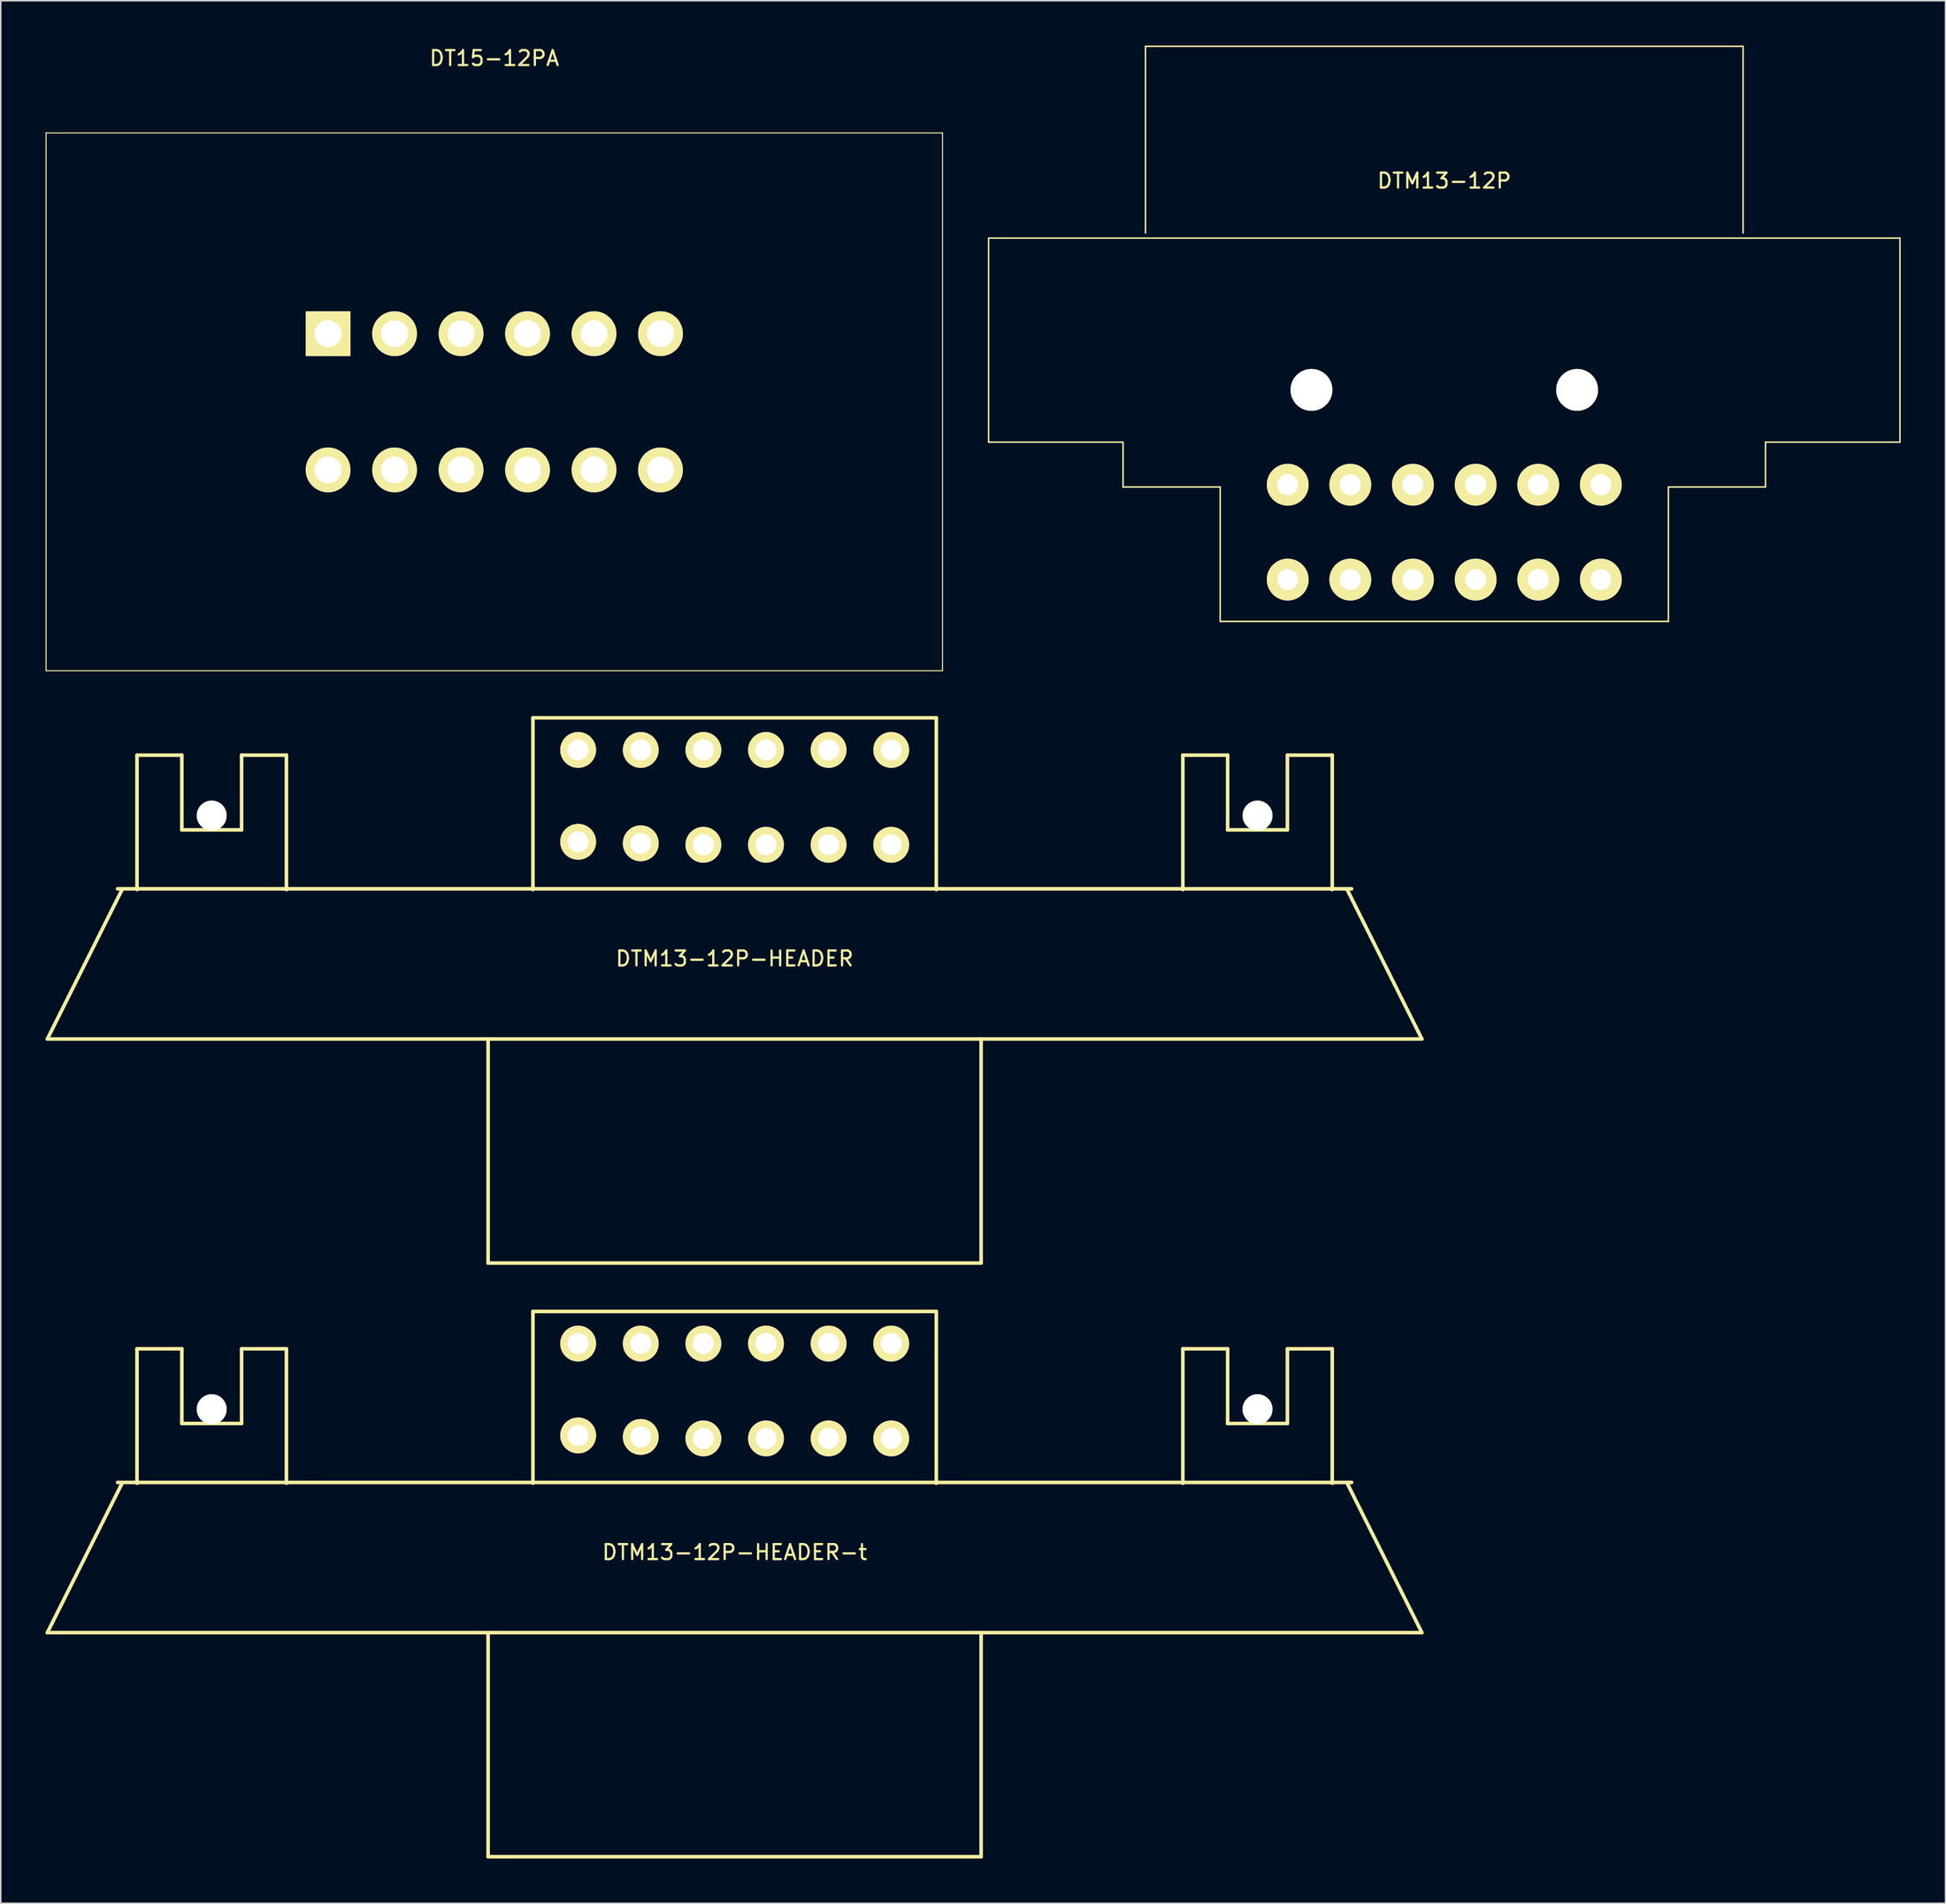
<source format=kicad_pcb>
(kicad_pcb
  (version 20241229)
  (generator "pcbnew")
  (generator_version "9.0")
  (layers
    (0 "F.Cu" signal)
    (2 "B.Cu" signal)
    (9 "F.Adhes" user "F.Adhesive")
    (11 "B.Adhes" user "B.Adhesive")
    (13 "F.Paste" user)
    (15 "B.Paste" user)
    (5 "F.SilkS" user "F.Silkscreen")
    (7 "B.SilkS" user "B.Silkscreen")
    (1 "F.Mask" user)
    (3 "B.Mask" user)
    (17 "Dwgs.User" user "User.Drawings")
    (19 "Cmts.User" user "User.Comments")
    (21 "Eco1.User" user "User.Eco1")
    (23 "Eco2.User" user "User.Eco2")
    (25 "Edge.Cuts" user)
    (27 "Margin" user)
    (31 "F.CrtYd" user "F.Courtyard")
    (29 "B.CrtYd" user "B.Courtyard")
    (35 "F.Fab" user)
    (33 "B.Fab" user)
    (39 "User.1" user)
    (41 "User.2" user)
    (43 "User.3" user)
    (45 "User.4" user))
  (footprint "DT15-12PA"
    (layer "F.Cu")
    (at 30.035 23.848)
    (property "Reference" "DT15-12PA" (at 0 -23 0) (layer "F.SilkS") (effects (font (size 1 1) (thickness 0.15))))
    (attr through_hole)
    (fp_line (start -30 -18) (end 30 -18) (stroke (width 0.07) (type solid)) (layer "F.SilkS"))
    (fp_line (start -30 18) (end -30 -18) (stroke (width 0.07) (type solid)) (layer "F.SilkS"))
    (fp_line (start 30 -18) (end 30 18) (stroke (width 0.07) (type solid)) (layer "F.SilkS"))
    (fp_line (start 30 18) (end -30 18) (stroke (width 0.07) (type solid)) (layer "F.SilkS"))
    (pad "1" thru_hole rect (at -11.125 -4.56) (size 3 3) (drill 1.8) (layers "*.Cu" "*.Mask" "F.SilkS"))
    (pad "2" thru_hole circle (at -6.675 -4.56) (size 3 3) (drill 1.8) (layers "*.Cu" "*.Mask" "F.SilkS"))
    (pad "3" thru_hole circle (at -2.225 -4.56) (size 3 3) (drill 1.8) (layers "*.Cu" "*.Mask" "F.SilkS"))
    (pad "4" thru_hole circle (at 2.225 -4.56) (size 3 3) (drill 1.8) (layers "*.Cu" "*.Mask" "F.SilkS"))
    (pad "5" thru_hole circle (at 6.675 -4.56) (size 3 3) (drill 1.8) (layers "*.Cu" "*.Mask" "F.SilkS"))
    (pad "6" thru_hole circle (at 11.125 -4.56) (size 3 3) (drill 1.8) (layers "*.Cu" "*.Mask" "F.SilkS"))
    (pad "7" thru_hole circle (at 11.125 4.56) (size 3 3) (drill 1.8) (layers "*.Cu" "*.Mask" "F.SilkS"))
    (pad "8" thru_hole circle (at 6.675 4.56) (size 3 3) (drill 1.8) (layers "*.Cu" "*.Mask" "F.SilkS"))
    (pad "9" thru_hole circle (at 2.225 4.56) (size 3 3) (drill 1.8) (layers "*.Cu" "*.Mask" "F.SilkS"))
    (pad "10" thru_hole circle (at -2.225 4.56) (size 3 3) (drill 1.8) (layers "*.Cu" "*.Mask" "F.SilkS"))
    (pad "11" thru_hole circle (at -6.675 4.56) (size 3 3) (drill 1.8) (layers "*.Cu" "*.Mask" "F.SilkS"))
    (pad "12" thru_hole circle (at -11.125 4.56) (size 3 3) (drill 1.8) (layers "*.Cu" "*.Mask" "F.SilkS")))
  (footprint "DTM13-12P-HEADER-t"
    (layer "F.Cu")
    (at 46.12 93.243)
    (property "Reference" "DTM13-12P-HEADER-t" (at 0 7.62 0) (layer "F.SilkS") (effects (font (size 1 1) (thickness 0.15))))
    (attr through_hole)
    (fp_line (start -46 13) (end 46 13) (stroke (width 0.24) (type solid)) (layer "F.SilkS"))
    (fp_line (start -41.3 2.946) (end 41.3 2.946) (stroke (width 0.24) (type solid)) (layer "F.SilkS"))
    (fp_line (start -41 3) (end -46 13) (stroke (width 0.24) (type solid)) (layer "F.SilkS"))
    (fp_line (start -40 -6) (end -37 -6) (stroke (width 0.24) (type solid)) (layer "F.SilkS"))
    (fp_line (start -40 3) (end -40 -6) (stroke (width 0.24) (type solid)) (layer "F.SilkS"))
    (fp_line (start -37 -6) (end -37 -1) (stroke (width 0.24) (type solid)) (layer "F.SilkS"))
    (fp_line (start -37 -1) (end -33 -1) (stroke (width 0.24) (type solid)) (layer "F.SilkS"))
    (fp_line (start -33 -6) (end -30 -6) (stroke (width 0.24) (type solid)) (layer "F.SilkS"))
    (fp_line (start -33 -1) (end -33 -6) (stroke (width 0.24) (type solid)) (layer "F.SilkS"))
    (fp_line (start -30 -6) (end -30 3) (stroke (width 0.24) (type solid)) (layer "F.SilkS"))
    (fp_line (start -16.5 13) (end -16.5 28) (stroke (width 0.24) (type solid)) (layer "F.SilkS"))
    (fp_line (start -16.5 28) (end 16.5 28) (stroke (width 0.24) (type solid)) (layer "F.SilkS"))
    (fp_line (start -13.5 -8.5) (end 13.5 -8.5) (stroke (width 0.24) (type solid)) (layer "F.SilkS"))
    (fp_line (start -13.5 3) (end -13.5 -8.5) (stroke (width 0.24) (type solid)) (layer "F.SilkS"))
    (fp_line (start 13.5 -8.5) (end 13.5 3) (stroke (width 0.24) (type solid)) (layer "F.SilkS"))
    (fp_line (start 16.5 28) (end 16.5 13) (stroke (width 0.24) (type solid)) (layer "F.SilkS"))
    (fp_line (start 30 -6) (end 33 -6) (stroke (width 0.24) (type solid)) (layer "F.SilkS"))
    (fp_line (start 30 3) (end 30 -6) (stroke (width 0.24) (type solid)) (layer "F.SilkS"))
    (fp_line (start 33 -6) (end 33 -1) (stroke (width 0.24) (type solid)) (layer "F.SilkS"))
    (fp_line (start 33 -1) (end 37 -1) (stroke (width 0.24) (type solid)) (layer "F.SilkS"))
    (fp_line (start 37 -6) (end 40 -6) (stroke (width 0.24) (type solid)) (layer "F.SilkS"))
    (fp_line (start 37 -1) (end 37 -6) (stroke (width 0.24) (type solid)) (layer "F.SilkS"))
    (fp_line (start 40 -6) (end 40 3) (stroke (width 0.24) (type solid)) (layer "F.SilkS"))
    (fp_line (start 46 13) (end 41 3) (stroke (width 0.24) (type solid)) (layer "F.SilkS"))
    (pad "" np_thru_hole circle (at -35 -1.956) (size 2 2) (drill 2) (layers "*.Cu" "*.Mask" "F.SilkS"))
    (pad "" np_thru_hole circle (at 35 -1.956) (size 2 2) (drill 2) (layers "*.Cu" "*.Mask" "F.SilkS"))
    (pad "1" thru_hole circle (at 10.482 0) (size 2.4 2.4) (drill 1.4) (layers "*.Cu" "*.Mask" "F.SilkS"))
    (pad "2" thru_hole circle (at 6.291 0) (size 2.4 2.4) (drill 1.4) (layers "*.Cu" "*.Mask" "F.SilkS"))
    (pad "3" thru_hole circle (at 2.1 0) (size 2.4 2.4) (drill 1.4) (layers "*.Cu" "*.Mask" "F.SilkS"))
    (pad "4" thru_hole circle (at -2.091 0) (size 2.4 2.4) (drill 1.4) (layers "*.Cu" "*.Mask" "F.SilkS"))
    (pad "5" thru_hole circle (at -6.282 -0.1) (size 2.4 2.4) (drill 1.4) (layers "*.Cu" "*.Mask" "F.SilkS"))
    (pad "6" thru_hole circle (at -10.473 -0.2) (size 2.4 2.4) (drill 1.4) (layers "*.Cu" "*.Mask" "F.SilkS"))
    (pad "7" thru_hole circle (at -10.473 -6.35) (size 2.4 2.4) (drill 1.4) (layers "*.Cu" "*.Mask" "F.SilkS"))
    (pad "8" thru_hole circle (at -6.282 -6.35) (size 2.4 2.4) (drill 1.4) (layers "*.Cu" "*.Mask" "F.SilkS"))
    (pad "9" thru_hole circle (at -2.091 -6.35) (size 2.4 2.4) (drill 1.4) (layers "*.Cu" "*.Mask" "F.SilkS"))
    (pad "10" thru_hole circle (at 2.1 -6.35) (size 2.4 2.4) (drill 1.4) (layers "*.Cu" "*.Mask" "F.SilkS"))
    (pad "11" thru_hole circle (at 6.291 -6.35) (size 2.4 2.4) (drill 1.4) (layers "*.Cu" "*.Mask" "F.SilkS"))
    (pad "12" thru_hole circle (at 10.482 -6.35) (size 2.4 2.4) (drill 1.4) (layers "*.Cu" "*.Mask" "F.SilkS")))
  (footprint "DTM13-12P"
    (layer "F.Cu")
    (at 93.62 23.05)
    (property "Reference" "DTM13-12P" (at 0 -14 0) (layer "F.SilkS") (effects (font (size 1 1) (thickness 0.15))))
    (attr through_hole)
    (fp_line (start -30.5 -10.16) (end 30.5 -10.16) (stroke (width 0.1) (type solid)) (layer "F.SilkS"))
    (fp_line (start -30.5 3.5) (end -30.5 -10.16) (stroke (width 0.1) (type solid)) (layer "F.SilkS"))
    (fp_line (start -21.5 3.5) (end -30.5 3.5) (stroke (width 0.1) (type solid)) (layer "F.SilkS"))
    (fp_line (start -21.5 6.5) (end -21.5 3.5) (stroke (width 0.1) (type solid)) (layer "F.SilkS"))
    (fp_line (start -20 -23) (end -20 -10.5) (stroke (width 0.1) (type solid)) (layer "F.SilkS"))
    (fp_line (start -20 -23) (end 20 -23) (stroke (width 0.1) (type solid)) (layer "F.SilkS"))
    (fp_line (start -15 6.5) (end -21.5 6.5) (stroke (width 0.1) (type solid)) (layer "F.SilkS"))
    (fp_line (start -15 6.5) (end -15 15.5) (stroke (width 0.1) (type solid)) (layer "F.SilkS"))
    (fp_line (start -15 15.5) (end 15 15.5) (stroke (width 0.1) (type solid)) (layer "F.SilkS"))
    (fp_line (start 15 6.5) (end 21.5 6.5) (stroke (width 0.1) (type solid)) (layer "F.SilkS"))
    (fp_line (start 15 15.5) (end 15 6.5) (stroke (width 0.1) (type solid)) (layer "F.SilkS"))
    (fp_line (start 20 -23) (end 20 -10.5) (stroke (width 0.1) (type solid)) (layer "F.SilkS"))
    (fp_line (start 21.5 3.5) (end 30.5 3.5) (stroke (width 0.1) (type solid)) (layer "F.SilkS"))
    (fp_line (start 21.5 6.5) (end 21.5 3.5) (stroke (width 0.1) (type solid)) (layer "F.SilkS"))
    (fp_line (start 30.5 3.5) (end 30.5 -10.16) (stroke (width 0.1) (type solid)) (layer "F.SilkS"))
    (pad "" np_thru_hole circle (at -8.89 0) (size 2.8 2.8) (drill 2.8) (layers "*.Cu" "*.Mask" "F.SilkS"))
    (pad "" np_thru_hole circle (at 8.89 0) (size 2.8 2.8) (drill 2.8) (layers "*.Cu" "*.Mask" "F.SilkS"))
    (pad "1" thru_hole circle (at -10.48 12.7) (size 2.8 2.8) (drill 1.4) (layers "*.Cu" "*.Mask" "F.SilkS"))
    (pad "2" thru_hole circle (at -6.29 12.7) (size 2.8 2.8) (drill 1.4) (layers "*.Cu" "*.Mask" "F.SilkS"))
    (pad "3" thru_hole circle (at -2.1 12.7) (size 2.8 2.8) (drill 1.4) (layers "*.Cu" "*.Mask" "F.SilkS"))
    (pad "4" thru_hole circle (at 2.1 12.7) (size 2.8 2.8) (drill 1.4) (layers "*.Cu" "*.Mask" "F.SilkS"))
    (pad "5" thru_hole circle (at 6.29 12.7) (size 2.8 2.8) (drill 1.4) (layers "*.Cu" "*.Mask" "F.SilkS"))
    (pad "6" thru_hole circle (at 10.48 12.7) (size 2.8 2.8) (drill 1.4) (layers "*.Cu" "*.Mask" "F.SilkS"))
    (pad "7" thru_hole circle (at -10.48 6.35) (size 2.8 2.8) (drill 1.4) (layers "*.Cu" "*.Mask" "F.SilkS"))
    (pad "8" thru_hole circle (at -6.29 6.35) (size 2.8 2.8) (drill 1.4) (layers "*.Cu" "*.Mask" "F.SilkS"))
    (pad "9" thru_hole circle (at -2.1 6.35) (size 2.8 2.8) (drill 1.4) (layers "*.Cu" "*.Mask" "F.SilkS"))
    (pad "10" thru_hole circle (at 2.1 6.35) (size 2.8 2.8) (drill 1.4) (layers "*.Cu" "*.Mask" "F.SilkS"))
    (pad "11" thru_hole circle (at 6.29 6.35) (size 2.8 2.8) (drill 1.4) (layers "*.Cu" "*.Mask" "F.SilkS"))
    (pad "12" thru_hole circle (at 10.48 6.35) (size 2.8 2.8) (drill 1.4) (layers "*.Cu" "*.Mask" "F.SilkS")))
  (footprint "DTM13-12P-HEADER"
    (layer "F.Cu")
    (at 46.12 53.503)
    (property "Reference" "DTM13-12P-HEADER" (at 0 7.62 0) (layer "F.SilkS") (effects (font (size 1 1) (thickness 0.15))))
    (attr through_hole)
    (fp_line (start -46 13) (end 46 13) (stroke (width 0.24) (type solid)) (layer "F.SilkS"))
    (fp_line (start -41.3 2.946) (end 41.3 2.946) (stroke (width 0.24) (type solid)) (layer "F.SilkS"))
    (fp_line (start -41 3) (end -46 13) (stroke (width 0.24) (type solid)) (layer "F.SilkS"))
    (fp_line (start -40 -6) (end -37 -6) (stroke (width 0.24) (type solid)) (layer "F.SilkS"))
    (fp_line (start -40 3) (end -40 -6) (stroke (width 0.24) (type solid)) (layer "F.SilkS"))
    (fp_line (start -37 -6) (end -37 -1) (stroke (width 0.24) (type solid)) (layer "F.SilkS"))
    (fp_line (start -37 -1) (end -33 -1) (stroke (width 0.24) (type solid)) (layer "F.SilkS"))
    (fp_line (start -33 -6) (end -30 -6) (stroke (width 0.24) (type solid)) (layer "F.SilkS"))
    (fp_line (start -33 -1) (end -33 -6) (stroke (width 0.24) (type solid)) (layer "F.SilkS"))
    (fp_line (start -30 -6) (end -30 3) (stroke (width 0.24) (type solid)) (layer "F.SilkS"))
    (fp_line (start -16.5 13) (end -16.5 28) (stroke (width 0.24) (type solid)) (layer "F.SilkS"))
    (fp_line (start -16.5 28) (end 16.5 28) (stroke (width 0.24) (type solid)) (layer "F.SilkS"))
    (fp_line (start -13.5 -8.5) (end 13.5 -8.5) (stroke (width 0.24) (type solid)) (layer "F.SilkS"))
    (fp_line (start -13.5 3) (end -13.5 -8.5) (stroke (width 0.24) (type solid)) (layer "F.SilkS"))
    (fp_line (start 13.5 -8.5) (end 13.5 3) (stroke (width 0.24) (type solid)) (layer "F.SilkS"))
    (fp_line (start 16.5 28) (end 16.5 13) (stroke (width 0.24) (type solid)) (layer "F.SilkS"))
    (fp_line (start 30 -6) (end 33 -6) (stroke (width 0.24) (type solid)) (layer "F.SilkS"))
    (fp_line (start 30 3) (end 30 -6) (stroke (width 0.24) (type solid)) (layer "F.SilkS"))
    (fp_line (start 33 -6) (end 33 -1) (stroke (width 0.24) (type solid)) (layer "F.SilkS"))
    (fp_line (start 33 -1) (end 37 -1) (stroke (width 0.24) (type solid)) (layer "F.SilkS"))
    (fp_line (start 37 -6) (end 40 -6) (stroke (width 0.24) (type solid)) (layer "F.SilkS"))
    (fp_line (start 37 -1) (end 37 -6) (stroke (width 0.24) (type solid)) (layer "F.SilkS"))
    (fp_line (start 40 -6) (end 40 3) (stroke (width 0.24) (type solid)) (layer "F.SilkS"))
    (fp_line (start 46 13) (end 41 3) (stroke (width 0.24) (type solid)) (layer "F.SilkS"))
    (pad "" np_thru_hole circle (at -35 -1.956) (size 2 2) (drill 2) (layers "*.Cu" "*.Mask" "F.SilkS"))
    (pad "" np_thru_hole circle (at 35 -1.956) (size 2 2) (drill 2) (layers "*.Cu" "*.Mask" "F.SilkS"))
    (pad "1" thru_hole circle (at 10.482 0) (size 2.4 2.4) (drill 1.4) (layers "*.Cu" "*.Mask" "F.SilkS"))
    (pad "2" thru_hole circle (at 6.291 0) (size 2.4 2.4) (drill 1.4) (layers "*.Cu" "*.Mask" "F.SilkS"))
    (pad "3" thru_hole circle (at 2.1 0) (size 2.4 2.4) (drill 1.4) (layers "*.Cu" "*.Mask" "F.SilkS"))
    (pad "4" thru_hole circle (at -2.091 0) (size 2.4 2.4) (drill 1.4) (layers "*.Cu" "*.Mask" "F.SilkS"))
    (pad "5" thru_hole circle (at -6.282 -0.1) (size 2.4 2.4) (drill 1.4) (layers "*.Cu" "*.Mask" "F.SilkS"))
    (pad "6" thru_hole circle (at -10.473 -0.2) (size 2.4 2.4) (drill 1.4) (layers "*.Cu" "*.Mask" "F.SilkS"))
    (pad "7" thru_hole circle (at -10.473 -6.35) (size 2.4 2.4) (drill 1.4) (layers "*.Cu" "*.Mask" "F.SilkS"))
    (pad "8" thru_hole circle (at -6.282 -6.35) (size 2.4 2.4) (drill 1.4) (layers "*.Cu" "*.Mask" "F.SilkS"))
    (pad "9" thru_hole circle (at -2.091 -6.35) (size 2.4 2.4) (drill 1.4) (layers "*.Cu" "*.Mask" "F.SilkS"))
    (pad "10" thru_hole circle (at 2.1 -6.35) (size 2.4 2.4) (drill 1.4) (layers "*.Cu" "*.Mask" "F.SilkS"))
    (pad "11" thru_hole circle (at 6.291 -6.35) (size 2.4 2.4) (drill 1.4) (layers "*.Cu" "*.Mask" "F.SilkS"))
    (pad "12" thru_hole circle (at 10.482 -6.35) (size 2.4 2.4) (drill 1.4) (layers "*.Cu" "*.Mask" "F.SilkS")))
  (gr_rect
    (start -3 -3)
    (end 127.17 124.363)
    (stroke (width 0.1) (type default))
    (fill no)
    (layer "Edge.Cuts")))
</source>
